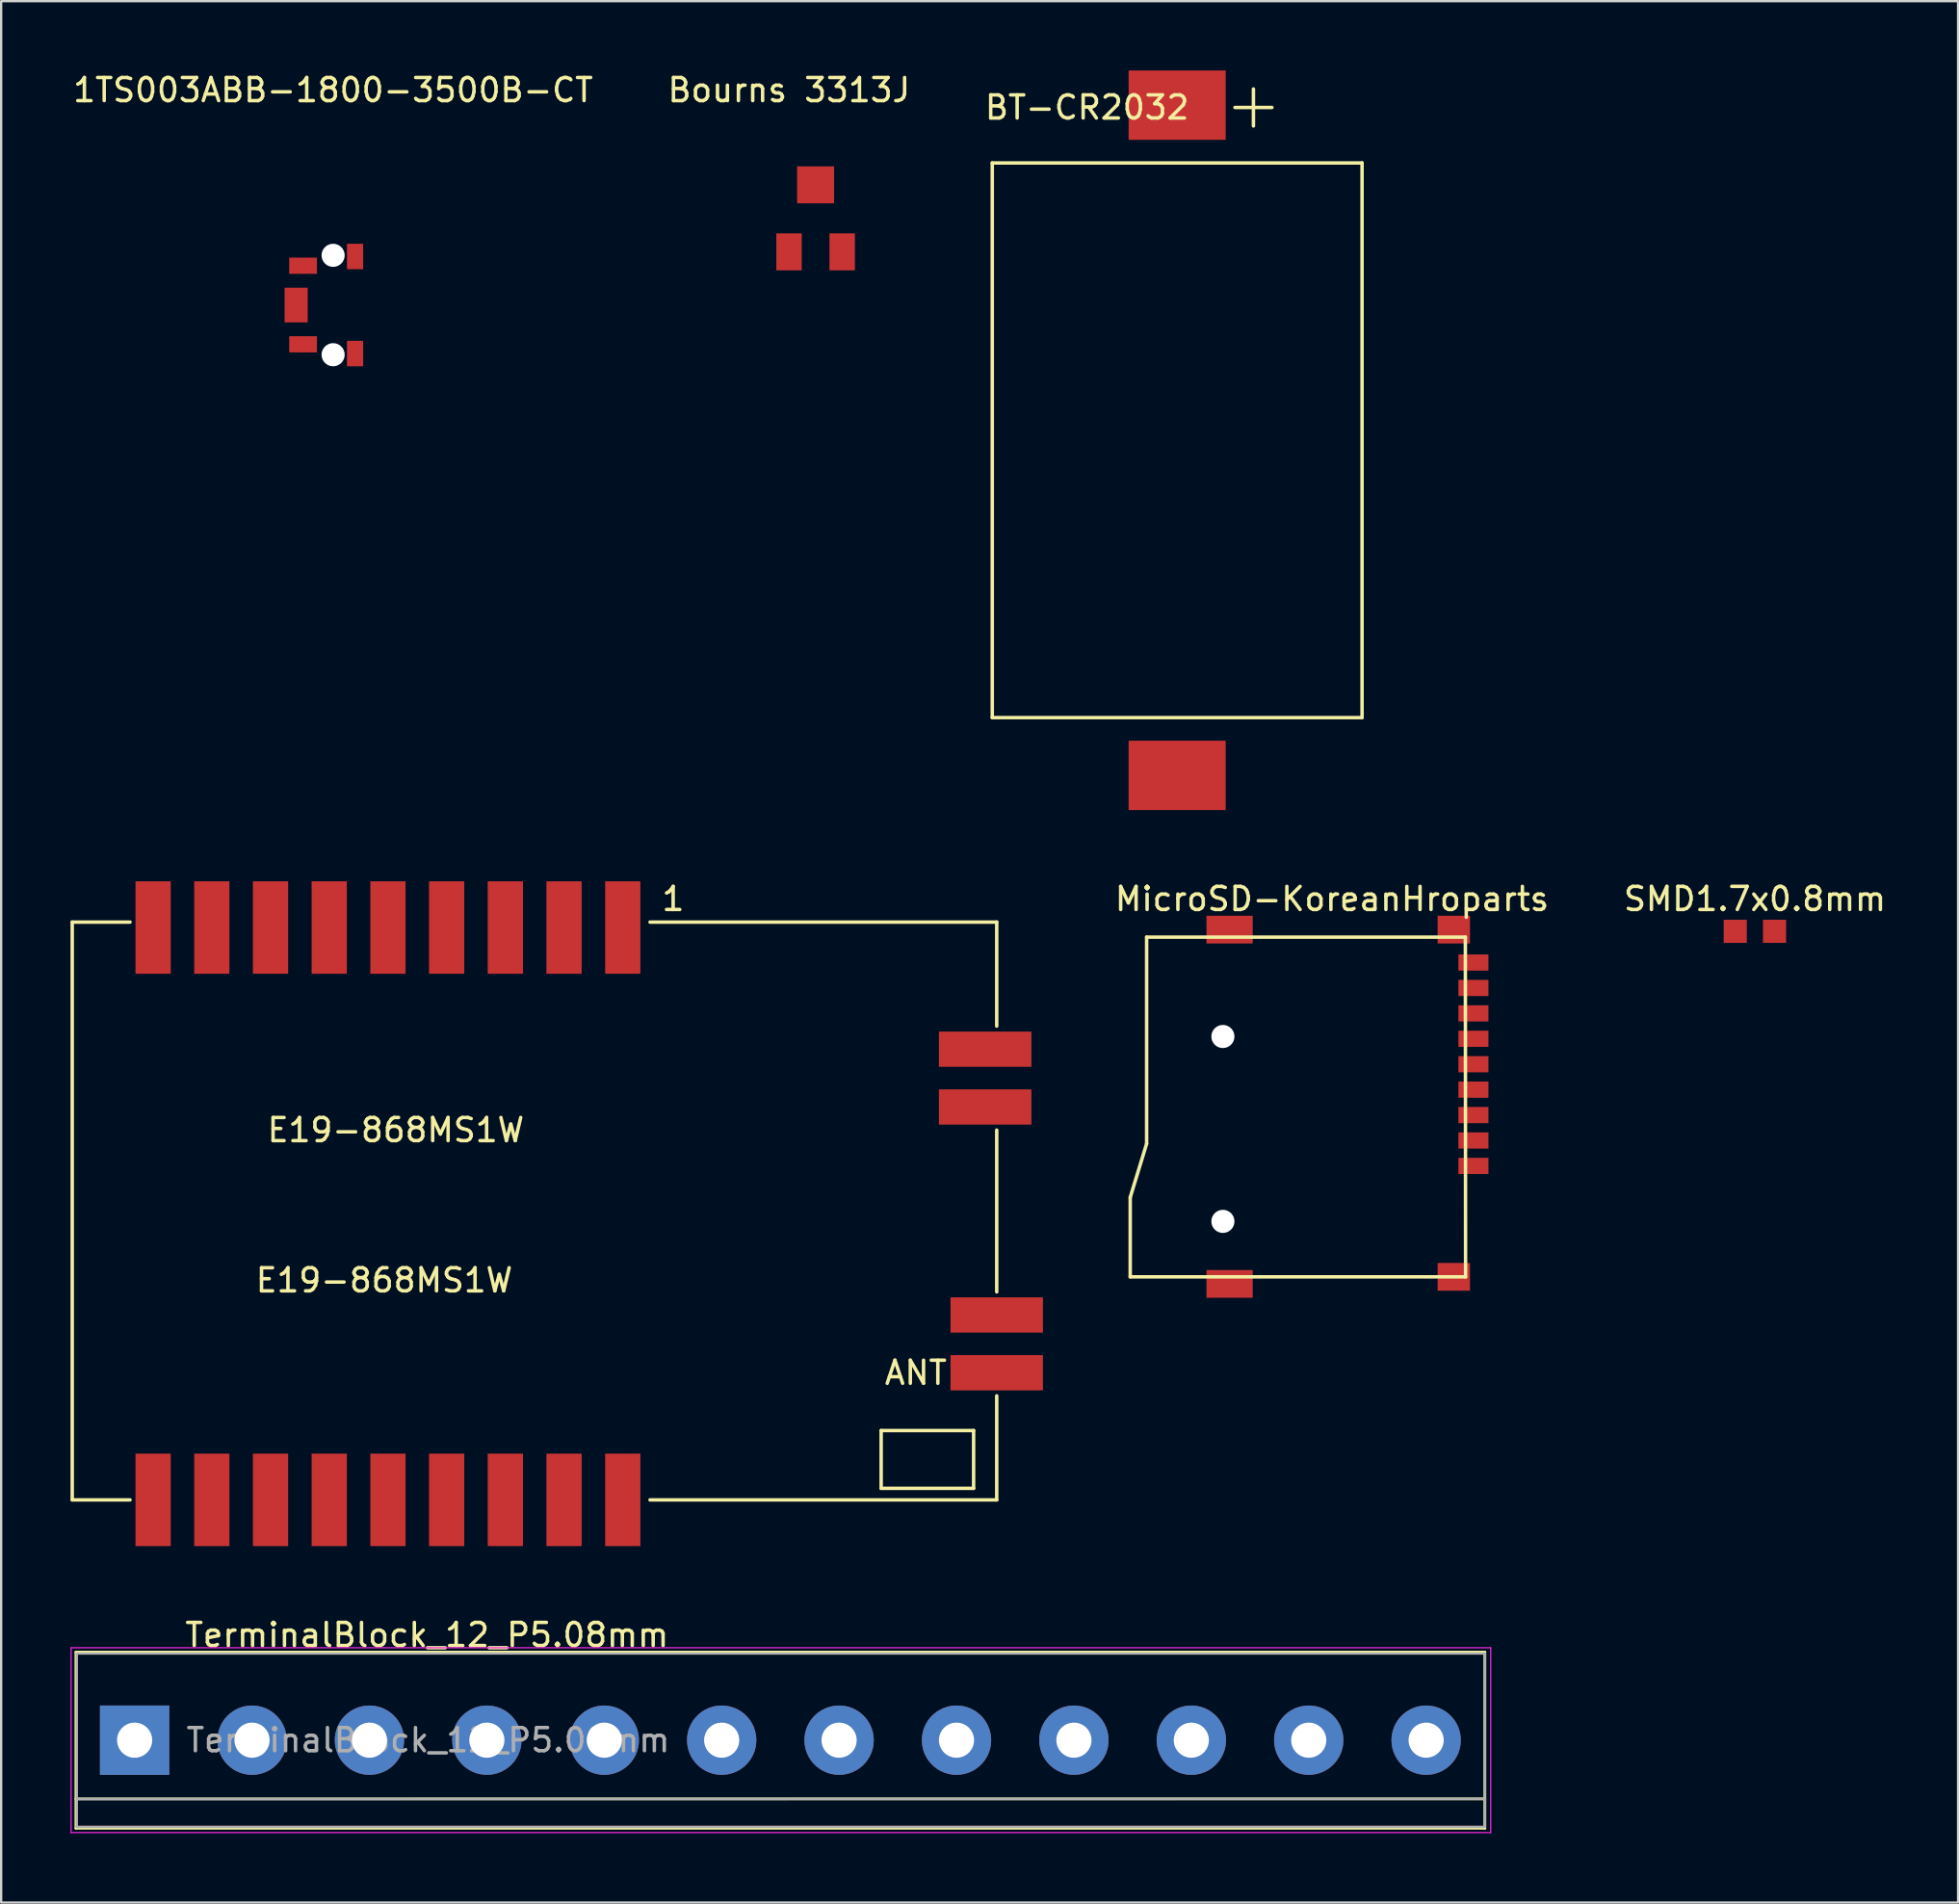
<source format=kicad_pcb>
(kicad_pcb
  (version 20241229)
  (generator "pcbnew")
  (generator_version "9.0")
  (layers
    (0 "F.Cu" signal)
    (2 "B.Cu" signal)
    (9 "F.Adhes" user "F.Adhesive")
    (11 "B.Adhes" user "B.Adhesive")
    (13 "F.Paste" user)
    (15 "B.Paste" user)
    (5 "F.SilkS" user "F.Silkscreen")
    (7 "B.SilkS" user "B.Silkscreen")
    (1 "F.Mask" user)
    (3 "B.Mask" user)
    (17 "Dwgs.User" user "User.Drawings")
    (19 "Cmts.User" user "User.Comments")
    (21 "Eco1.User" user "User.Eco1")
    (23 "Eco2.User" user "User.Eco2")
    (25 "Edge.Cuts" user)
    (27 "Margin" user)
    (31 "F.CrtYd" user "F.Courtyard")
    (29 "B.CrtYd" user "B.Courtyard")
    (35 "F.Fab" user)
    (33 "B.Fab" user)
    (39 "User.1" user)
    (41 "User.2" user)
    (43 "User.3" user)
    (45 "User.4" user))
  (footprint "1TS003ABB-1800-3500B-CT"
    (layer "F.Cu")
    (at 11.363 10.148)
    (property "Reference" "1TS003ABB-1800-3500B-CT" (at 0 -9.3 0) (layer "F.SilkS") (effects (font (size 1 1) (thickness 0.15))))
    (attr through_hole)
    (pad "" np_thru_hole circle (at 0 -2.15) (size 1 1) (drill 1) (layers "*.Cu" "*.Mask"))
    (pad "" np_thru_hole circle (at 0 2.15) (size 1 1) (drill 1) (layers "*.Cu" "*.Mask"))
    (pad "1" smd rect (at -1.3 -1.7 90) (size 0.7 1.2) (layers "F.Cu" "F.Mask" "F.Paste"))
    (pad "2" smd rect (at -1.3 1.7 90) (size 0.7 1.2) (layers "F.Cu" "F.Mask" "F.Paste"))
    (pad "3" smd rect (at -1.6 0) (size 1 1.5) (layers "F.Cu" "F.Mask" "F.Paste"))
    (pad "3" smd rect (at 0.95 -2.1) (size 0.7 1.1) (layers "F.Cu" "F.Mask" "F.Paste"))
    (pad "3" smd rect (at 0.95 2.1) (size 0.7 1.1) (layers "F.Cu" "F.Mask" "F.Paste")))
  (footprint "TerminalBlock_12_P5.08mm"
    (layer "F.Cu")
    (at 2.775 72.246)
    (property "Reference" "TerminalBlock_12_P5.08mm" (at 12.65 -4.55 0) (layer "F.SilkS") (effects (font (size 1 1) (thickness 0.15))))
    (attr through_hole)
    (fp_line (start -2.54 -3.81) (end -2.54 3.81) (stroke (width 0.12) (type solid)) (layer "F.SilkS"))
    (fp_line (start -2.54 -3.81) (end 58.42 -3.81) (stroke (width 0.12) (type solid)) (layer "F.SilkS"))
    (fp_line (start -2.54 2.54) (end 58.42 2.54) (stroke (width 0.12) (type solid)) (layer "F.SilkS"))
    (fp_line (start -2.54 3.81) (end 58.42 3.81) (stroke (width 0.12) (type solid)) (layer "F.SilkS"))
    (fp_line (start 58.42 3.81) (end 58.42 -3.81) (stroke (width 0.12) (type solid)) (layer "F.SilkS"))
    (fp_line (start -2.75 -4) (end -2.75 4) (stroke (width 0.05) (type solid)) (layer "F.CrtYd"))
    (fp_line (start -2.75 -4) (end 58.674 -4) (stroke (width 0.05) (type solid)) (layer "F.CrtYd"))
    (fp_line (start 58.674 4) (end -2.75 4) (stroke (width 0.05) (type solid)) (layer "F.CrtYd"))
    (fp_line (start 58.674 4) (end 58.674 -4) (stroke (width 0.05) (type solid)) (layer "F.CrtYd"))
    (fp_line (start -2.5 -3.75) (end -2.5 3.75) (stroke (width 0.1) (type solid)) (layer "F.Fab"))
    (fp_line (start -2.5 2.55) (end 58.42 2.54) (stroke (width 0.1) (type solid)) (layer "F.Fab"))
    (fp_line (start -2.5 3.75) (end 58.42 3.75) (stroke (width 0.1) (type solid)) (layer "F.Fab"))
    (fp_line (start 58.42 -3.75) (end -2.5 -3.75) (stroke (width 0.1) (type solid)) (layer "F.Fab"))
    (fp_line (start 58.42 3.75) (end 58.42 -3.75) (stroke (width 0.1) (type solid)) (layer "F.Fab"))
    (fp_text user "${REFERENCE}" (at 12.7 0 0) (layer "F.Fab") (effects (font (size 1 1) (thickness 0.15))))
    (pad "1" thru_hole rect (at 0 0) (size 3 3) (drill 1.52) (layers "*.Cu" "*.Mask"))
    (pad "2" thru_hole circle (at 5.08 0) (size 3 3) (drill 1.52) (layers "*.Cu" "*.Mask"))
    (pad "3" thru_hole circle (at 10.16 0) (size 3 3) (drill 1.52) (layers "*.Cu" "*.Mask"))
    (pad "4" thru_hole circle (at 15.24 0) (size 3 3) (drill 1.52) (layers "*.Cu" "*.Mask"))
    (pad "5" thru_hole circle (at 20.32 0) (size 3 3) (drill 1.52) (layers "*.Cu" "*.Mask"))
    (pad "6" thru_hole circle (at 25.4 0) (size 3 3) (drill 1.52) (layers "*.Cu" "*.Mask"))
    (pad "7" thru_hole circle (at 30.48 0) (size 3 3) (drill 1.52) (layers "*.Cu" "*.Mask"))
    (pad "8" thru_hole circle (at 35.56 0) (size 3 3) (drill 1.52) (layers "*.Cu" "*.Mask"))
    (pad "9" thru_hole circle (at 40.64 0) (size 3 3) (drill 1.52) (layers "*.Cu" "*.Mask"))
    (pad "10" thru_hole circle (at 45.72 0) (size 3 3) (drill 1.52) (layers "*.Cu" "*.Mask"))
    (pad "11" thru_hole circle (at 50.8 0) (size 3 3) (drill 1.52) (layers "*.Cu" "*.Mask"))
    (pad "12" thru_hole circle (at 55.88 0) (size 3 3) (drill 1.52) (layers "*.Cu" "*.Mask")))
  (footprint "E19-868MS1W"
    (layer "F.Cu")
    (at 3.575 61.848)
    (property "Reference" "E19-868MS1W" (at 10 -9.5 0) (layer "F.SilkS") (effects (font (size 1 1) (thickness 0.15))))
    (attr through_hole)
    (fp_line (start -3.5 -25) (end -1 -25) (stroke (width 0.15) (type solid)) (layer "F.SilkS"))
    (fp_line (start -3.5 0) (end -3.5 -25) (stroke (width 0.15) (type solid)) (layer "F.SilkS"))
    (fp_line (start -3.5 0) (end -1 0) (stroke (width 0.15) (type solid)) (layer "F.SilkS"))
    (fp_line (start 21.5 -25) (end 36.5 -25) (stroke (width 0.15) (type solid)) (layer "F.SilkS"))
    (fp_line (start 31.5 -3) (end 31.5 -0.5) (stroke (width 0.15) (type solid)) (layer "F.SilkS"))
    (fp_line (start 31.5 -0.5) (end 35.5 -0.5) (stroke (width 0.15) (type solid)) (layer "F.SilkS"))
    (fp_line (start 35.5 -3) (end 31.5 -3) (stroke (width 0.15) (type solid)) (layer "F.SilkS"))
    (fp_line (start 35.5 -0.5) (end 35.5 -3) (stroke (width 0.15) (type solid)) (layer "F.SilkS"))
    (fp_line (start 36.5 -25) (end 36.5 -20.5) (stroke (width 0.15) (type solid)) (layer "F.SilkS"))
    (fp_line (start 36.5 -16) (end 36.5 -9) (stroke (width 0.15) (type solid)) (layer "F.SilkS"))
    (fp_line (start 36.5 0) (end 21.5 0) (stroke (width 0.15) (type solid)) (layer "F.SilkS"))
    (fp_line (start 36.5 0) (end 36.5 -4.5) (stroke (width 0.15) (type solid)) (layer "F.SilkS"))
    (fp_text user "ANT" (at 33 -5.5 0) (layer "F.SilkS") (effects (font (size 1 1) (thickness 0.15))))
    (fp_text user "E19-868MS1W" (at 10.5 -16 0) (layer "F.SilkS") (effects (font (size 1 1) (thickness 0.15))))
    (fp_text user "1" (at 22.5 -26 0) (layer "F.SilkS") (effects (font (size 1 1) (thickness 0.15))))
    (pad "1" smd rect (at 20.32 -24.765) (size 1.524 4) (layers "F.Cu" "F.Mask" "F.Paste"))
    (pad "2" smd rect (at 17.78 -24.765) (size 1.524 4) (layers "F.Cu" "F.Mask" "F.Paste"))
    (pad "3" smd rect (at 15.24 -24.765) (size 1.524 4) (layers "F.Cu" "F.Mask" "F.Paste"))
    (pad "4" smd rect (at 12.7 -24.765) (size 1.524 4) (layers "F.Cu" "F.Mask" "F.Paste"))
    (pad "5" smd rect (at 10.16 -24.765) (size 1.524 4) (layers "F.Cu" "F.Mask" "F.Paste"))
    (pad "6" smd rect (at 7.62 -24.765) (size 1.524 4) (layers "F.Cu" "F.Mask" "F.Paste"))
    (pad "7" smd rect (at 5.08 -24.765) (size 1.524 4) (layers "F.Cu" "F.Mask" "F.Paste"))
    (pad "8" smd rect (at 2.54 -24.765) (size 1.524 4) (layers "F.Cu" "F.Mask" "F.Paste"))
    (pad "9" smd rect (at 0 -24.765) (size 1.524 4) (layers "F.Cu" "F.Mask" "F.Paste"))
    (pad "10" smd rect (at 0 0) (size 1.524 4) (layers "F.Cu" "F.Mask" "F.Paste"))
    (pad "11" smd rect (at 2.54 0) (size 1.524 4) (layers "F.Cu" "F.Mask" "F.Paste"))
    (pad "12" smd rect (at 5.08 0) (size 1.524 4) (layers "F.Cu" "F.Mask" "F.Paste"))
    (pad "13" smd rect (at 7.62 0) (size 1.524 4) (layers "F.Cu" "F.Mask" "F.Paste"))
    (pad "14" smd rect (at 10.16 0) (size 1.524 4) (layers "F.Cu" "F.Mask" "F.Paste"))
    (pad "15" smd rect (at 12.7 0) (size 1.524 4) (layers "F.Cu" "F.Mask" "F.Paste"))
    (pad "16" smd rect (at 15.24 0) (size 1.524 4) (layers "F.Cu" "F.Mask" "F.Paste"))
    (pad "17" smd rect (at 17.78 0) (size 1.524 4) (layers "F.Cu" "F.Mask" "F.Paste"))
    (pad "18" smd rect (at 20.32 0) (size 1.524 4) (layers "F.Cu" "F.Mask" "F.Paste"))
    (pad "19" smd rect (at 36.5 -5.5) (size 4 1.524) (layers "F.Cu" "F.Mask" "F.Paste"))
    (pad "20" smd rect (at 36.5 -8) (size 4 1.524) (layers "F.Cu" "F.Mask" "F.Paste"))
    (pad "21" smd rect (at 36 -17) (size 4 1.524) (layers "F.Cu" "F.Mask" "F.Paste"))
    (pad "22" smd rect (at 36 -19.5) (size 4 1.524) (layers "F.Cu" "F.Mask" "F.Paste")))
  (footprint "Bourns 3313J"
    (layer "F.Cu")
    (at 31.089 7.848)
    (property "Reference" "Bourns 3313J" (at 0 -7 0) (layer "F.SilkS") (effects (font (size 1 1) (thickness 0.15))))
    (attr through_hole)
    (pad "1" smd rect (at 0 0) (size 1.1 1.6) (layers "F.Cu" "F.Mask" "F.Paste"))
    (pad "2" smd rect (at 1.15 -2.9) (size 1.6 1.6) (layers "F.Cu" "F.Mask" "F.Paste"))
    (pad "3" smd rect (at 2.3 0) (size 1.1 1.6) (layers "F.Cu" "F.Mask" "F.Paste")))
  (footprint "BT-CR2032"
    (layer "F.Cu")
    (at 47.882 16)
    (property "Reference" "BT-CR2032" (at -3.9 -14.4 180) (layer "F.SilkS") (effects (font (size 1 1) (thickness 0.15))))
    (attr through_hole)
    (fp_line (start -8 -12) (end 8 -12) (stroke (width 0.15) (type solid)) (layer "F.SilkS"))
    (fp_line (start -8 12) (end -8 -12) (stroke (width 0.15) (type solid)) (layer "F.SilkS"))
    (fp_line (start 2.5 -14.4) (end 4.1 -14.4) (stroke (width 0.15) (type solid)) (layer "F.SilkS"))
    (fp_line (start 3.3 -15.2) (end 3.3 -13.6) (stroke (width 0.15) (type solid)) (layer "F.SilkS"))
    (fp_line (start 8 -12) (end 8 12) (stroke (width 0.15) (type solid)) (layer "F.SilkS"))
    (fp_line (start 8 12) (end -8 12) (stroke (width 0.15) (type solid)) (layer "F.SilkS"))
    (pad "1" smd rect (at 0 -14.5) (size 4.2 3) (layers "F.Cu" "F.Mask" "F.Paste"))
    (pad "2" smd rect (at 0 14.5) (size 4.2 3) (layers "F.Cu" "F.Mask" "F.Paste")))
  (footprint "SMD1.7x0.8mm"
    (layer "F.Cu")
    (at 72.879 37.248)
    (property "Reference" "SMD1.7x0.8mm" (at 0 -1.4 0) (layer "F.SilkS") (effects (font (size 1 1) (thickness 0.15))))
    (attr through_hole)
    (pad "1" smd rect (at -0.85 0) (size 1 1) (layers "F.Cu" "F.Mask" "F.Paste"))
    (pad "2" smd rect (at 0.85 0) (size 1 1) (layers "F.Cu" "F.Mask" "F.Paste")))
  (footprint "MicroSD-KoreanHroparts"
    (layer "F.Cu")
    (at 45.851 37.498)
    (property "Reference" "MicroSD-KoreanHroparts" (at 8.73 -1.65 0) (layer "F.SilkS") (effects (font (size 1 1) (thickness 0.15))))
    (attr smd)
    (fp_line (start 0 11.26) (end 0 14.7) (stroke (width 0.15) (type solid)) (layer "F.SilkS"))
    (fp_line (start 0 14.7) (end 14.51 14.7) (stroke (width 0.15) (type solid)) (layer "F.SilkS"))
    (fp_line (start 0.71 0) (end 0.71 8.94) (stroke (width 0.15) (type solid)) (layer "F.SilkS"))
    (fp_line (start 0.71 8.94) (end 0 11.26) (stroke (width 0.15) (type solid)) (layer "F.SilkS"))
    (fp_line (start 14.5 0) (end 0.71 0) (stroke (width 0.15) (type solid)) (layer "F.SilkS"))
    (fp_line (start 14.51 14.7) (end 14.5 0) (stroke (width 0.15) (type solid)) (layer "F.SilkS"))
    (pad "" np_thru_hole circle (at 4.01 4.3) (size 1 1) (drill 1) (layers "*.Cu" "*.Mask"))
    (pad "" np_thru_hole circle (at 4.01 12.3) (size 1 1) (drill 1) (layers "*.Cu" "*.Mask"))
    (pad "1" smd rect (at 14.85 9.9) (size 1.3 0.7) (layers "F.Cu" "F.Mask" "F.Paste"))
    (pad "2" smd rect (at 14.85 8.8) (size 1.3 0.7) (layers "F.Cu" "F.Mask" "F.Paste"))
    (pad "3" smd rect (at 14.85 7.7) (size 1.3 0.7) (layers "F.Cu" "F.Mask" "F.Paste"))
    (pad "4" smd rect (at 14.85 6.6) (size 1.3 0.7) (layers "F.Cu" "F.Mask" "F.Paste"))
    (pad "5" smd rect (at 14.85 5.5) (size 1.3 0.7) (layers "F.Cu" "F.Mask" "F.Paste"))
    (pad "6" smd rect (at 14.85 4.4) (size 1.3 0.7) (layers "F.Cu" "F.Mask" "F.Paste"))
    (pad "7" smd rect (at 14.85 3.3) (size 1.3 0.7) (layers "F.Cu" "F.Mask" "F.Paste"))
    (pad "8" smd rect (at 14.85 2.2) (size 1.3 0.7) (layers "F.Cu" "F.Mask" "F.Paste"))
    (pad "9" smd rect (at 14.85 1.1) (size 1.3 0.7) (layers "F.Cu" "F.Mask" "F.Paste"))
    (pad "10" smd rect (at 4.3 -0.325) (size 2 1.2) (layers "F.Cu" "F.Mask" "F.Paste"))
    (pad "10" smd rect (at 4.3 15.005) (size 2 1.2) (layers "F.Cu" "F.Mask" "F.Paste"))
    (pad "10" smd rect (at 14 -0.325) (size 1.4 1.2) (layers "F.Cu" "F.Mask" "F.Paste"))
    (pad "10" smd rect (at 14 14.7) (size 1.4 1.2) (layers "F.Cu" "F.Mask" "F.Paste")))
  (gr_rect
    (start -3 -3)
    (end 81.67 79.272)
    (stroke (width 0.1) (type default))
    (fill no)
    (layer "Edge.Cuts")))
</source>
